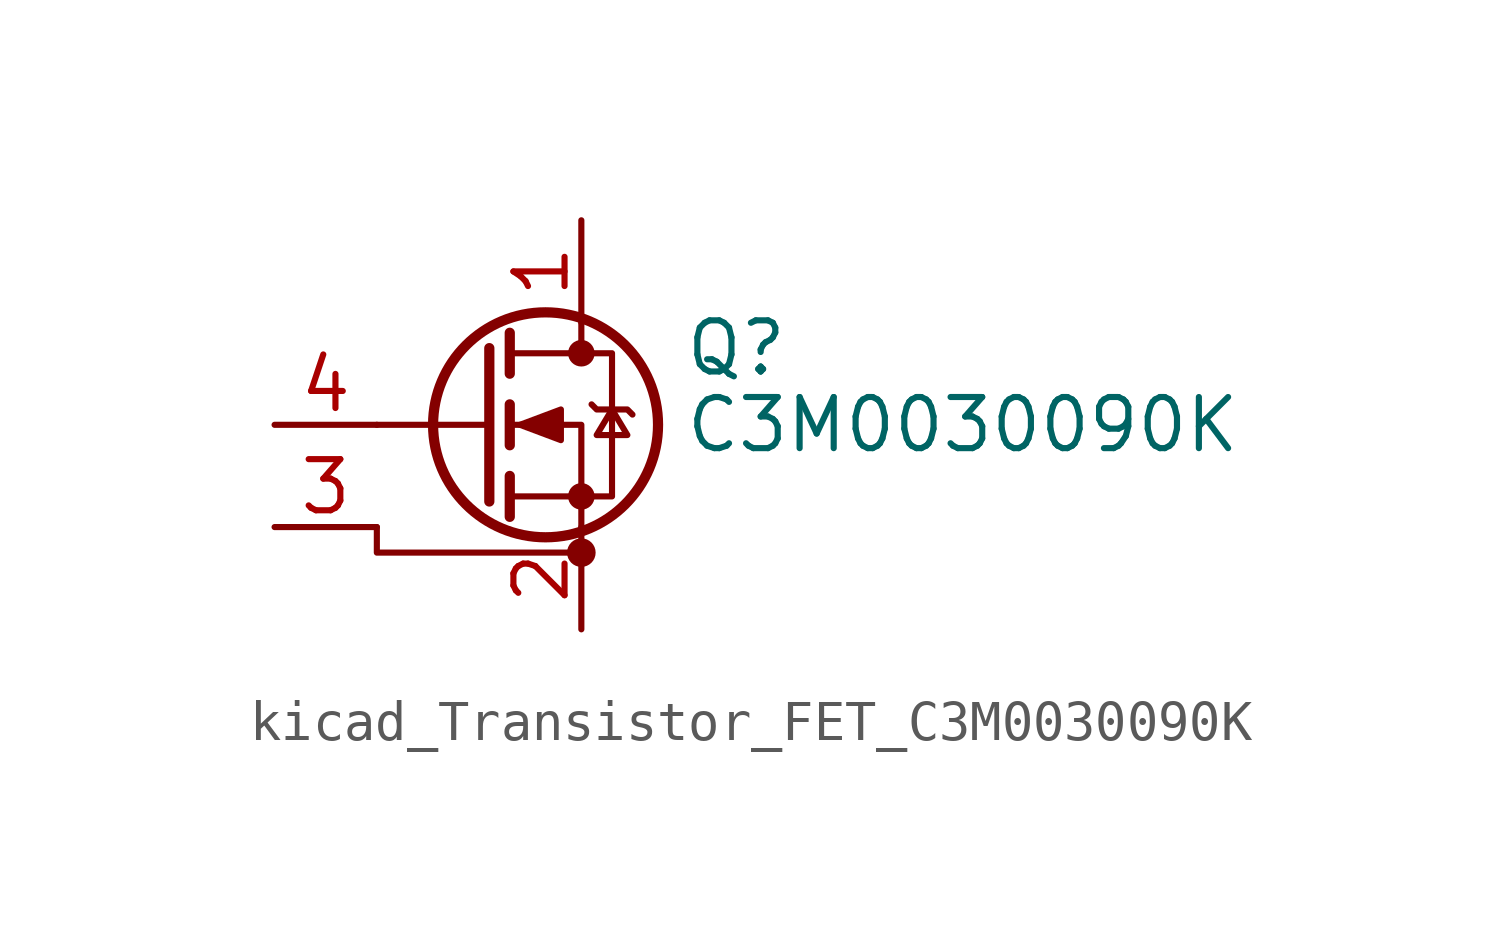
<source format=kicad_sym>
(kicad_symbol_lib
  (version 20220914)
  (generator kicad_symbol_editor)
  (symbol "kicad_Transistor_FET_C3M0030090K"
    (pin_names hide)
    (property "Reference" "Q"
      (at 5.08 1.905 0)
      (effects (font (size 1.27 1.27)) (justify left)))
    (property "Value" "C3M0030090K"
      (at 5.08 0 0)
      (effects (font (size 1.27 1.27)) (justify left)))
    (symbol "kicad_Transistor_FET_C3M0030090K_0_1"
      (polyline (pts (xy 0.254 0) (xy -2.54 0)) (stroke (width 0) (type default)) (fill (type none)))
      (polyline (pts (xy 0.254 1.905) (xy 0.254 -1.905)) (stroke (width 0.254) (type default)) (fill (type none)))
      (polyline (pts (xy 0.762 -1.27) (xy 0.762 -2.286)) (stroke (width 0.254) (type default)) (fill (type none)))
      (polyline (pts (xy 0.762 0.508) (xy 0.762 -0.508)) (stroke (width 0.254) (type default)) (fill (type none)))
      (polyline (pts (xy 0.762 2.286) (xy 0.762 1.27)) (stroke (width 0.254) (type default)) (fill (type none)))
      (polyline (pts (xy 2.54 2.54) (xy 2.54 1.778)) (stroke (width 0) (type default)) (fill (type none)))
      (polyline (pts (xy -2.54 -2.54) (xy -2.54 -3.175) (xy 2.54 -3.175)) (stroke (width 0) (type default)) (fill (type none)))
      (polyline (pts (xy 2.54 -2.54) (xy 2.54 0) (xy 0.762 0)) (stroke (width 0) (type default)) (fill (type none)))
      (polyline (pts (xy 0.762 -1.778) (xy 3.302 -1.778) (xy 3.302 1.778) (xy 0.762 1.778)) (stroke (width 0) (type default)) (fill (type none)))
      (polyline (pts (xy 1.016 0) (xy 2.032 0.381) (xy 2.032 -0.381) (xy 1.016 0)) (stroke (width 0) (type default)) (fill (type outline)))
      (polyline (pts (xy 2.794 0.508) (xy 2.921 0.381) (xy 3.683 0.381) (xy 3.81 0.254)) (stroke (width 0) (type default)) (fill (type none)))
      (polyline (pts (xy 3.302 0.381) (xy 2.921 -0.254) (xy 3.683 -0.254) (xy 3.302 0.381)) (stroke (width 0) (type default)) (fill (type none)))
      (circle (center 1.651 0) (radius 2.794) (stroke (width 0.254) (type default)) (fill (type none)))
      (circle (center 2.54 -3.175) (radius 0.279) (stroke (width 0) (type default)) (fill (type outline)))
      (circle (center 2.54 -1.778) (radius 0.254) (stroke (width 0) (type default)) (fill (type outline)))
      (circle (center 2.54 1.778) (radius 0.254) (stroke (width 0) (type default)) (fill (type outline))))
    (symbol "kicad_Transistor_FET_C3M0030090K_1_1"
      (pin passive line (at 2.54 5.08 270) (length 2.54) (name "D" (effects (font (size 1.27 1.27)))) (number "1" (effects (font (size 1.27 1.27)))))
      (pin passive line (at 2.54 -5.08 90) (length 2.54) (name "S" (effects (font (size 1.27 1.27)))) (number "2" (effects (font (size 1.27 1.27)))))
      (pin passive line (at -5.08 -2.54 0) (length 2.54) (name "DS" (effects (font (size 1.27 1.27)))) (number "3" (effects (font (size 1.27 1.27)))))
      (pin input line (at -5.08 0 0) (length 2.54) (name "G" (effects (font (size 1.27 1.27)))) (number "4" (effects (font (size 1.27 1.27))))))))
</source>
